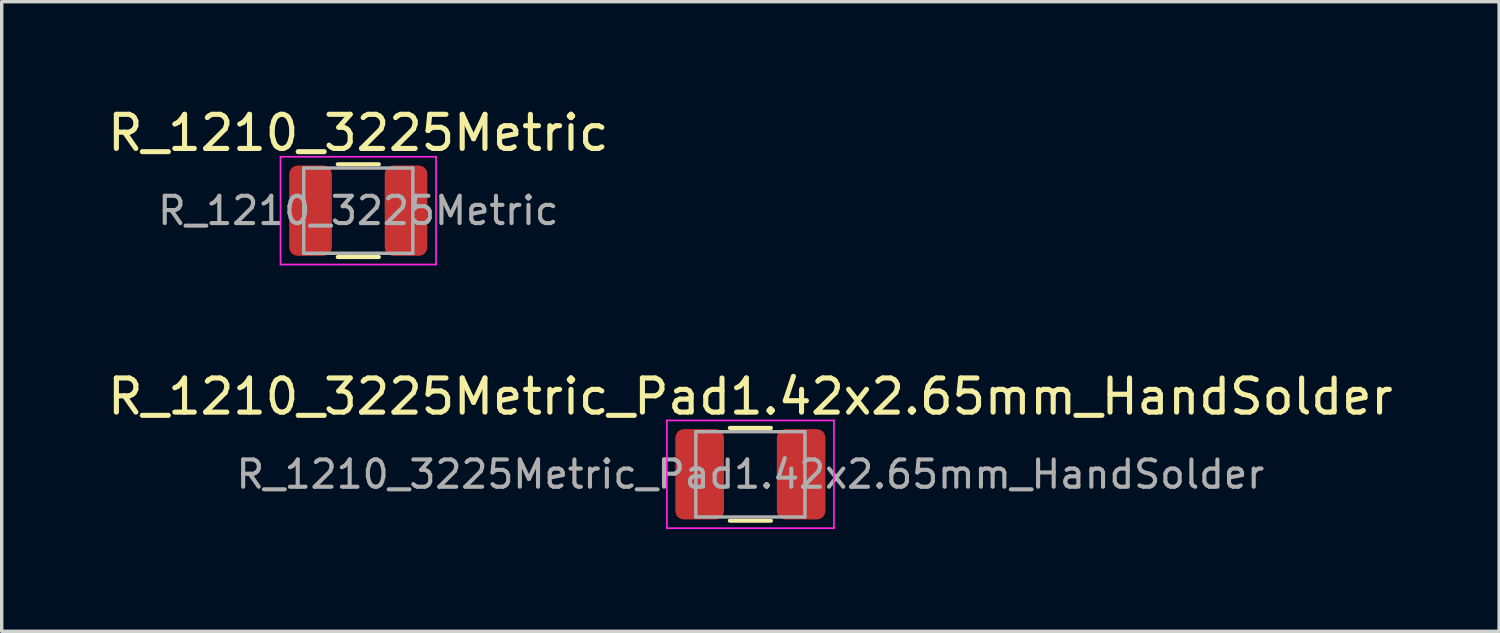
<source format=kicad_pcb>
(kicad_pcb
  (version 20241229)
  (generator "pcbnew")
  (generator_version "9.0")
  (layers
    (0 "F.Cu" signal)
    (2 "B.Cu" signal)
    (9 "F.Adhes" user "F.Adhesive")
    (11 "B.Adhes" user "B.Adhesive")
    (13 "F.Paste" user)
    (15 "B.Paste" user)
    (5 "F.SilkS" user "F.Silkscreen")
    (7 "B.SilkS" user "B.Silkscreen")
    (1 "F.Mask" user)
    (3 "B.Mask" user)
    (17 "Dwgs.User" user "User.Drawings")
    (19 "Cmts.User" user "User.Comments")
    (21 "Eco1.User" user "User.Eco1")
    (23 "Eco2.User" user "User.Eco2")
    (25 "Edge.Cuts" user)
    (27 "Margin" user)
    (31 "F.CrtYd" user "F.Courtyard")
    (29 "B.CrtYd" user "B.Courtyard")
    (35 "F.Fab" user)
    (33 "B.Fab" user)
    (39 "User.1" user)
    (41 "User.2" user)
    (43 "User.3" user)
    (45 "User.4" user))
  (footprint "R_1210_3225Metric"
    (layer "F.Cu")
    (at 7.458 3.128)
    (property "Reference" "R_1210_3225Metric" (at 0 -2.28 0) (layer "F.SilkS") (effects (font (size 1 1) (thickness 0.15))))
    (attr smd)
    (fp_line (start -0.602 -1.36) (end 0.602 -1.36) (stroke (width 0.12) (type solid)) (layer "F.SilkS"))
    (fp_line (start -0.602 1.36) (end 0.602 1.36) (stroke (width 0.12) (type solid)) (layer "F.SilkS"))
    (fp_line (start -2.28 -1.58) (end 2.28 -1.58) (stroke (width 0.05) (type solid)) (layer "F.CrtYd"))
    (fp_line (start -2.28 1.58) (end -2.28 -1.58) (stroke (width 0.05) (type solid)) (layer "F.CrtYd"))
    (fp_line (start 2.28 -1.58) (end 2.28 1.58) (stroke (width 0.05) (type solid)) (layer "F.CrtYd"))
    (fp_line (start 2.28 1.58) (end -2.28 1.58) (stroke (width 0.05) (type solid)) (layer "F.CrtYd"))
    (fp_line (start -1.6 -1.25) (end 1.6 -1.25) (stroke (width 0.1) (type solid)) (layer "F.Fab"))
    (fp_line (start -1.6 1.25) (end -1.6 -1.25) (stroke (width 0.1) (type solid)) (layer "F.Fab"))
    (fp_line (start 1.6 -1.25) (end 1.6 1.25) (stroke (width 0.1) (type solid)) (layer "F.Fab"))
    (fp_line (start 1.6 1.25) (end -1.6 1.25) (stroke (width 0.1) (type solid)) (layer "F.Fab"))
    (fp_text user "${REFERENCE}" (at 0 0 0) (layer "F.Fab") (effects (font (size 0.8 0.8) (thickness 0.12))))
    (pad "1" smd roundrect (at -1.4 0) (size 1.25 2.65) (layers "F.Cu" "F.Mask" "F.Paste") (roundrect_rratio 0.2))
    (pad "2" smd roundrect (at 1.4 0) (size 1.25 2.65) (layers "F.Cu" "F.Mask" "F.Paste") (roundrect_rratio 0.2)))
  (footprint "R_1210_3225Metric_Pad1.42x2.65mm_HandSolder"
    (layer "F.Cu")
    (at 18.958 10.861)
    (property "Reference" "R_1210_3225Metric_Pad1.42x2.65mm_HandSolder" (at 0 -2.28 0) (layer "F.SilkS") (effects (font (size 1 1) (thickness 0.15))))
    (attr smd)
    (fp_line (start -0.602 -1.36) (end 0.602 -1.36) (stroke (width 0.12) (type solid)) (layer "F.SilkS"))
    (fp_line (start -0.602 1.36) (end 0.602 1.36) (stroke (width 0.12) (type solid)) (layer "F.SilkS"))
    (fp_line (start -2.45 -1.58) (end 2.45 -1.58) (stroke (width 0.05) (type solid)) (layer "F.CrtYd"))
    (fp_line (start -2.45 1.58) (end -2.45 -1.58) (stroke (width 0.05) (type solid)) (layer "F.CrtYd"))
    (fp_line (start 2.45 -1.58) (end 2.45 1.58) (stroke (width 0.05) (type solid)) (layer "F.CrtYd"))
    (fp_line (start 2.45 1.58) (end -2.45 1.58) (stroke (width 0.05) (type solid)) (layer "F.CrtYd"))
    (fp_line (start -1.6 -1.25) (end 1.6 -1.25) (stroke (width 0.1) (type solid)) (layer "F.Fab"))
    (fp_line (start -1.6 1.25) (end -1.6 -1.25) (stroke (width 0.1) (type solid)) (layer "F.Fab"))
    (fp_line (start 1.6 -1.25) (end 1.6 1.25) (stroke (width 0.1) (type solid)) (layer "F.Fab"))
    (fp_line (start 1.6 1.25) (end -1.6 1.25) (stroke (width 0.1) (type solid)) (layer "F.Fab"))
    (fp_text user "${REFERENCE}" (at 0 0 0) (layer "F.Fab") (effects (font (size 0.8 0.8) (thickness 0.12))))
    (pad "1" smd roundrect (at -1.488 0) (size 1.425 2.65) (layers "F.Cu" "F.Mask" "F.Paste") (roundrect_rratio 0.175))
    (pad "2" smd roundrect (at 1.488 0) (size 1.425 2.65) (layers "F.Cu" "F.Mask" "F.Paste") (roundrect_rratio 0.175)))
  (gr_rect
    (start -3 -3)
    (end 40.917 15.466)
    (stroke (width 0.1) (type default))
    (fill no)
    (layer "Edge.Cuts")))
</source>
